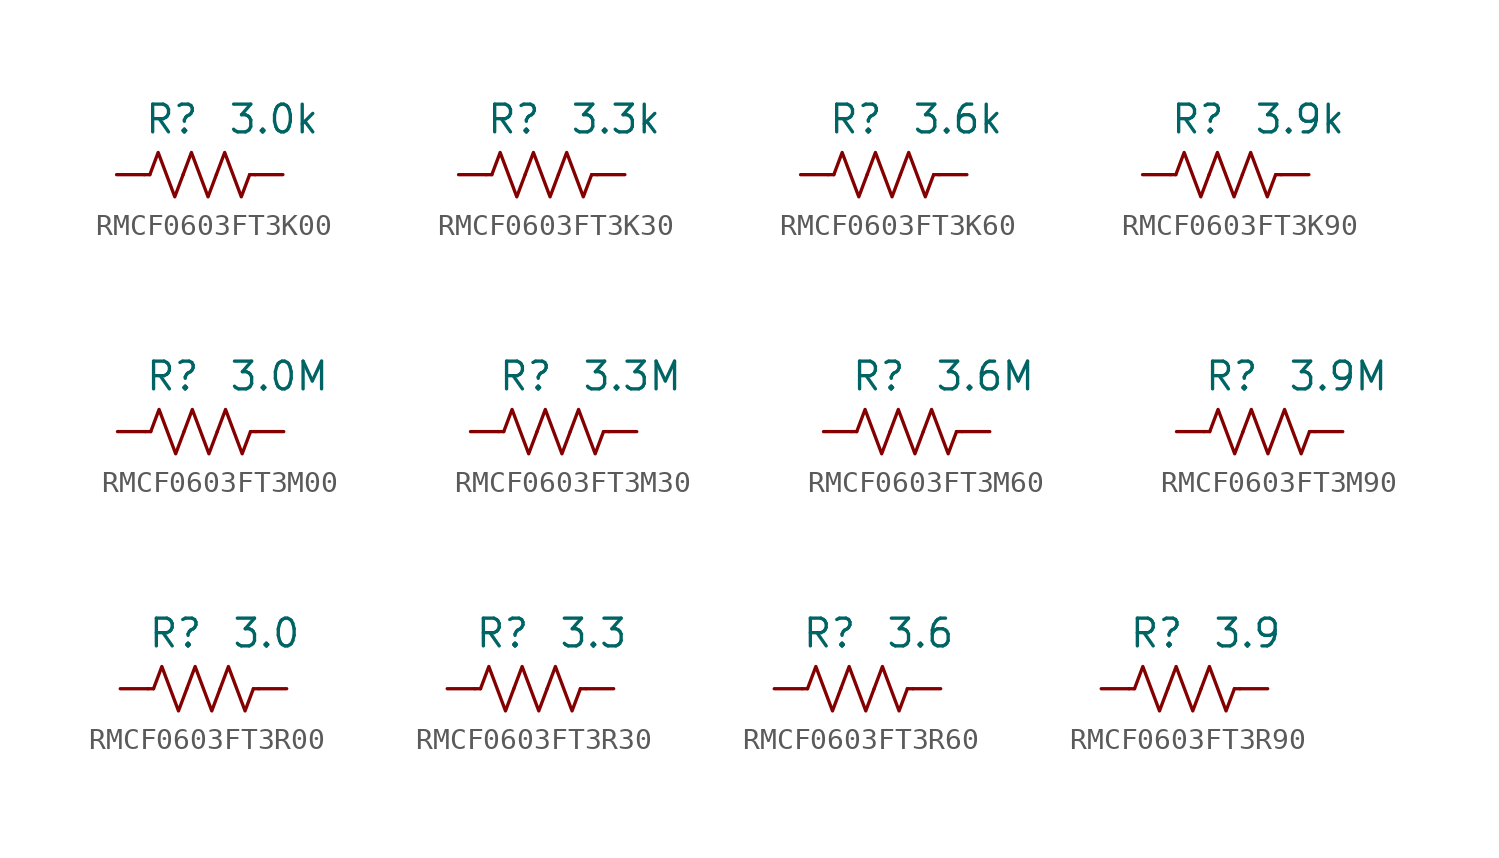
<source format=kicad_sym>
(kicad_symbol_lib
  (version 20241209)
  (generator "kicad_symbol_editor")
  (generator_version "9.0")
  (symbol "RMCF0603FT3K00"
    (pin_numbers
      (hide yes))
    (property "Reference" "R"
      (at 0 2.54 0)
      (effects (font (size 1.27 1.27)) (justify right)))
    (property "Value" "3.0k"
      (at 1.27 2.54 0)
      (effects (font (size 1.27 1.27)) (justify left)))
    (symbol "RMCF0603FT3K00_0_1"
      (polyline (pts (xy -2.286 0) (xy -2.54 0)) (stroke (width 0) (type default)) (fill (type none)))
      (polyline (pts (xy -2.286 0) (xy -1.905 1.016) (xy -1.524 0) (xy -1.143 -1.016) (xy -0.762 0)) (stroke (width 0) (type default)) (fill (type none)))
      (polyline (pts (xy -0.762 0) (xy -0.381 1.016) (xy 0 0) (xy 0.381 -1.016) (xy 0.762 0)) (stroke (width 0) (type default)) (fill (type none)))
      (polyline (pts (xy 0.762 0) (xy 1.143 1.016) (xy 1.524 0) (xy 1.905 -1.016) (xy 2.286 0)) (stroke (width 0) (type default)) (fill (type none)))
      (polyline (pts (xy 2.286 0) (xy 2.54 0)) (stroke (width 0) (type default)) (fill (type none))))
    (symbol "RMCF0603FT3K00_1_1"
      (pin passive line (at -3.81 0 0) (length 1.27) (name "~" (effects (font (size 1.27 1.27)))) (number "1" (effects (font (size 1.27 1.27)))))
      (pin passive line (at 3.81 0 180) (length 1.27) (name "~" (effects (font (size 1.27 1.27)))) (number "2" (effects (font (size 1.27 1.27)))))))
  (symbol "RMCF0603FT3K30"
    (pin_numbers
      (hide yes))
    (property "Reference" "R"
      (at 0 2.54 0)
      (effects (font (size 1.27 1.27)) (justify right)))
    (property "Value" "3.3k"
      (at 1.27 2.54 0)
      (effects (font (size 1.27 1.27)) (justify left)))
    (symbol "RMCF0603FT3K30_0_1"
      (polyline (pts (xy -2.286 0) (xy -2.54 0)) (stroke (width 0) (type default)) (fill (type none)))
      (polyline (pts (xy -2.286 0) (xy -1.905 1.016) (xy -1.524 0) (xy -1.143 -1.016) (xy -0.762 0)) (stroke (width 0) (type default)) (fill (type none)))
      (polyline (pts (xy -0.762 0) (xy -0.381 1.016) (xy 0 0) (xy 0.381 -1.016) (xy 0.762 0)) (stroke (width 0) (type default)) (fill (type none)))
      (polyline (pts (xy 0.762 0) (xy 1.143 1.016) (xy 1.524 0) (xy 1.905 -1.016) (xy 2.286 0)) (stroke (width 0) (type default)) (fill (type none)))
      (polyline (pts (xy 2.286 0) (xy 2.54 0)) (stroke (width 0) (type default)) (fill (type none))))
    (symbol "RMCF0603FT3K30_1_1"
      (pin passive line (at -3.81 0 0) (length 1.27) (name "~" (effects (font (size 1.27 1.27)))) (number "1" (effects (font (size 1.27 1.27)))))
      (pin passive line (at 3.81 0 180) (length 1.27) (name "~" (effects (font (size 1.27 1.27)))) (number "2" (effects (font (size 1.27 1.27)))))))
  (symbol "RMCF0603FT3K60"
    (pin_numbers
      (hide yes))
    (property "Reference" "R"
      (at 0 2.54 0)
      (effects (font (size 1.27 1.27)) (justify right)))
    (property "Value" "3.6k"
      (at 1.27 2.54 0)
      (effects (font (size 1.27 1.27)) (justify left)))
    (symbol "RMCF0603FT3K60_0_1"
      (polyline (pts (xy -2.286 0) (xy -2.54 0)) (stroke (width 0) (type default)) (fill (type none)))
      (polyline (pts (xy -2.286 0) (xy -1.905 1.016) (xy -1.524 0) (xy -1.143 -1.016) (xy -0.762 0)) (stroke (width 0) (type default)) (fill (type none)))
      (polyline (pts (xy -0.762 0) (xy -0.381 1.016) (xy 0 0) (xy 0.381 -1.016) (xy 0.762 0)) (stroke (width 0) (type default)) (fill (type none)))
      (polyline (pts (xy 0.762 0) (xy 1.143 1.016) (xy 1.524 0) (xy 1.905 -1.016) (xy 2.286 0)) (stroke (width 0) (type default)) (fill (type none)))
      (polyline (pts (xy 2.286 0) (xy 2.54 0)) (stroke (width 0) (type default)) (fill (type none))))
    (symbol "RMCF0603FT3K60_1_1"
      (pin passive line (at -3.81 0 0) (length 1.27) (name "~" (effects (font (size 1.27 1.27)))) (number "1" (effects (font (size 1.27 1.27)))))
      (pin passive line (at 3.81 0 180) (length 1.27) (name "~" (effects (font (size 1.27 1.27)))) (number "2" (effects (font (size 1.27 1.27)))))))
  (symbol "RMCF0603FT3K90"
    (pin_numbers
      (hide yes))
    (property "Reference" "R"
      (at 0 2.54 0)
      (effects (font (size 1.27 1.27)) (justify right)))
    (property "Value" "3.9k"
      (at 1.27 2.54 0)
      (effects (font (size 1.27 1.27)) (justify left)))
    (symbol "RMCF0603FT3K90_0_1"
      (polyline (pts (xy -2.286 0) (xy -2.54 0)) (stroke (width 0) (type default)) (fill (type none)))
      (polyline (pts (xy -2.286 0) (xy -1.905 1.016) (xy -1.524 0) (xy -1.143 -1.016) (xy -0.762 0)) (stroke (width 0) (type default)) (fill (type none)))
      (polyline (pts (xy -0.762 0) (xy -0.381 1.016) (xy 0 0) (xy 0.381 -1.016) (xy 0.762 0)) (stroke (width 0) (type default)) (fill (type none)))
      (polyline (pts (xy 0.762 0) (xy 1.143 1.016) (xy 1.524 0) (xy 1.905 -1.016) (xy 2.286 0)) (stroke (width 0) (type default)) (fill (type none)))
      (polyline (pts (xy 2.286 0) (xy 2.54 0)) (stroke (width 0) (type default)) (fill (type none))))
    (symbol "RMCF0603FT3K90_1_1"
      (pin passive line (at -3.81 0 0) (length 1.27) (name "~" (effects (font (size 1.27 1.27)))) (number "1" (effects (font (size 1.27 1.27)))))
      (pin passive line (at 3.81 0 180) (length 1.27) (name "~" (effects (font (size 1.27 1.27)))) (number "2" (effects (font (size 1.27 1.27)))))))
  (symbol "RMCF0603FT3M00"
    (pin_numbers
      (hide yes))
    (property "Reference" "R"
      (at 0 2.54 0)
      (effects (font (size 1.27 1.27)) (justify right)))
    (property "Value" "3.0M"
      (at 1.27 2.54 0)
      (effects (font (size 1.27 1.27)) (justify left)))
    (symbol "RMCF0603FT3M00_0_1"
      (polyline (pts (xy -2.286 0) (xy -2.54 0)) (stroke (width 0) (type default)) (fill (type none)))
      (polyline (pts (xy -2.286 0) (xy -1.905 1.016) (xy -1.524 0) (xy -1.143 -1.016) (xy -0.762 0)) (stroke (width 0) (type default)) (fill (type none)))
      (polyline (pts (xy -0.762 0) (xy -0.381 1.016) (xy 0 0) (xy 0.381 -1.016) (xy 0.762 0)) (stroke (width 0) (type default)) (fill (type none)))
      (polyline (pts (xy 0.762 0) (xy 1.143 1.016) (xy 1.524 0) (xy 1.905 -1.016) (xy 2.286 0)) (stroke (width 0) (type default)) (fill (type none)))
      (polyline (pts (xy 2.286 0) (xy 2.54 0)) (stroke (width 0) (type default)) (fill (type none))))
    (symbol "RMCF0603FT3M00_1_1"
      (pin passive line (at -3.81 0 0) (length 1.27) (name "~" (effects (font (size 1.27 1.27)))) (number "1" (effects (font (size 1.27 1.27)))))
      (pin passive line (at 3.81 0 180) (length 1.27) (name "~" (effects (font (size 1.27 1.27)))) (number "2" (effects (font (size 1.27 1.27)))))))
  (symbol "RMCF0603FT3M30"
    (pin_numbers
      (hide yes))
    (property "Reference" "R"
      (at 0 2.54 0)
      (effects (font (size 1.27 1.27)) (justify right)))
    (property "Value" "3.3M"
      (at 1.27 2.54 0)
      (effects (font (size 1.27 1.27)) (justify left)))
    (symbol "RMCF0603FT3M30_0_1"
      (polyline (pts (xy -2.286 0) (xy -2.54 0)) (stroke (width 0) (type default)) (fill (type none)))
      (polyline (pts (xy -2.286 0) (xy -1.905 1.016) (xy -1.524 0) (xy -1.143 -1.016) (xy -0.762 0)) (stroke (width 0) (type default)) (fill (type none)))
      (polyline (pts (xy -0.762 0) (xy -0.381 1.016) (xy 0 0) (xy 0.381 -1.016) (xy 0.762 0)) (stroke (width 0) (type default)) (fill (type none)))
      (polyline (pts (xy 0.762 0) (xy 1.143 1.016) (xy 1.524 0) (xy 1.905 -1.016) (xy 2.286 0)) (stroke (width 0) (type default)) (fill (type none)))
      (polyline (pts (xy 2.286 0) (xy 2.54 0)) (stroke (width 0) (type default)) (fill (type none))))
    (symbol "RMCF0603FT3M30_1_1"
      (pin passive line (at -3.81 0 0) (length 1.27) (name "~" (effects (font (size 1.27 1.27)))) (number "1" (effects (font (size 1.27 1.27)))))
      (pin passive line (at 3.81 0 180) (length 1.27) (name "~" (effects (font (size 1.27 1.27)))) (number "2" (effects (font (size 1.27 1.27)))))))
  (symbol "RMCF0603FT3M60"
    (pin_numbers
      (hide yes))
    (property "Reference" "R"
      (at 0 2.54 0)
      (effects (font (size 1.27 1.27)) (justify right)))
    (property "Value" "3.6M"
      (at 1.27 2.54 0)
      (effects (font (size 1.27 1.27)) (justify left)))
    (symbol "RMCF0603FT3M60_0_1"
      (polyline (pts (xy -2.286 0) (xy -2.54 0)) (stroke (width 0) (type default)) (fill (type none)))
      (polyline (pts (xy -2.286 0) (xy -1.905 1.016) (xy -1.524 0) (xy -1.143 -1.016) (xy -0.762 0)) (stroke (width 0) (type default)) (fill (type none)))
      (polyline (pts (xy -0.762 0) (xy -0.381 1.016) (xy 0 0) (xy 0.381 -1.016) (xy 0.762 0)) (stroke (width 0) (type default)) (fill (type none)))
      (polyline (pts (xy 0.762 0) (xy 1.143 1.016) (xy 1.524 0) (xy 1.905 -1.016) (xy 2.286 0)) (stroke (width 0) (type default)) (fill (type none)))
      (polyline (pts (xy 2.286 0) (xy 2.54 0)) (stroke (width 0) (type default)) (fill (type none))))
    (symbol "RMCF0603FT3M60_1_1"
      (pin passive line (at -3.81 0 0) (length 1.27) (name "~" (effects (font (size 1.27 1.27)))) (number "1" (effects (font (size 1.27 1.27)))))
      (pin passive line (at 3.81 0 180) (length 1.27) (name "~" (effects (font (size 1.27 1.27)))) (number "2" (effects (font (size 1.27 1.27)))))))
  (symbol "RMCF0603FT3M90"
    (pin_numbers
      (hide yes))
    (property "Reference" "R"
      (at 0 2.54 0)
      (effects (font (size 1.27 1.27)) (justify right)))
    (property "Value" "3.9M"
      (at 1.27 2.54 0)
      (effects (font (size 1.27 1.27)) (justify left)))
    (symbol "RMCF0603FT3M90_0_1"
      (polyline (pts (xy -2.286 0) (xy -2.54 0)) (stroke (width 0) (type default)) (fill (type none)))
      (polyline (pts (xy -2.286 0) (xy -1.905 1.016) (xy -1.524 0) (xy -1.143 -1.016) (xy -0.762 0)) (stroke (width 0) (type default)) (fill (type none)))
      (polyline (pts (xy -0.762 0) (xy -0.381 1.016) (xy 0 0) (xy 0.381 -1.016) (xy 0.762 0)) (stroke (width 0) (type default)) (fill (type none)))
      (polyline (pts (xy 0.762 0) (xy 1.143 1.016) (xy 1.524 0) (xy 1.905 -1.016) (xy 2.286 0)) (stroke (width 0) (type default)) (fill (type none)))
      (polyline (pts (xy 2.286 0) (xy 2.54 0)) (stroke (width 0) (type default)) (fill (type none))))
    (symbol "RMCF0603FT3M90_1_1"
      (pin passive line (at -3.81 0 0) (length 1.27) (name "~" (effects (font (size 1.27 1.27)))) (number "1" (effects (font (size 1.27 1.27)))))
      (pin passive line (at 3.81 0 180) (length 1.27) (name "~" (effects (font (size 1.27 1.27)))) (number "2" (effects (font (size 1.27 1.27)))))))
  (symbol "RMCF0603FT3R00"
    (pin_numbers
      (hide yes))
    (property "Reference" "R"
      (at 0 2.54 0)
      (effects (font (size 1.27 1.27)) (justify right)))
    (property "Value" "3.0"
      (at 1.27 2.54 0)
      (effects (font (size 1.27 1.27)) (justify left)))
    (symbol "RMCF0603FT3R00_0_1"
      (polyline (pts (xy -2.286 0) (xy -2.54 0)) (stroke (width 0) (type default)) (fill (type none)))
      (polyline (pts (xy -2.286 0) (xy -1.905 1.016) (xy -1.524 0) (xy -1.143 -1.016) (xy -0.762 0)) (stroke (width 0) (type default)) (fill (type none)))
      (polyline (pts (xy -0.762 0) (xy -0.381 1.016) (xy 0 0) (xy 0.381 -1.016) (xy 0.762 0)) (stroke (width 0) (type default)) (fill (type none)))
      (polyline (pts (xy 0.762 0) (xy 1.143 1.016) (xy 1.524 0) (xy 1.905 -1.016) (xy 2.286 0)) (stroke (width 0) (type default)) (fill (type none)))
      (polyline (pts (xy 2.286 0) (xy 2.54 0)) (stroke (width 0) (type default)) (fill (type none))))
    (symbol "RMCF0603FT3R00_1_1"
      (pin passive line (at -3.81 0 0) (length 1.27) (name "~" (effects (font (size 1.27 1.27)))) (number "1" (effects (font (size 1.27 1.27)))))
      (pin passive line (at 3.81 0 180) (length 1.27) (name "~" (effects (font (size 1.27 1.27)))) (number "2" (effects (font (size 1.27 1.27)))))))
  (symbol "RMCF0603FT3R30"
    (pin_numbers
      (hide yes))
    (property "Reference" "R"
      (at 0 2.54 0)
      (effects (font (size 1.27 1.27)) (justify right)))
    (property "Value" "3.3"
      (at 1.27 2.54 0)
      (effects (font (size 1.27 1.27)) (justify left)))
    (symbol "RMCF0603FT3R30_0_1"
      (polyline (pts (xy -2.286 0) (xy -2.54 0)) (stroke (width 0) (type default)) (fill (type none)))
      (polyline (pts (xy -2.286 0) (xy -1.905 1.016) (xy -1.524 0) (xy -1.143 -1.016) (xy -0.762 0)) (stroke (width 0) (type default)) (fill (type none)))
      (polyline (pts (xy -0.762 0) (xy -0.381 1.016) (xy 0 0) (xy 0.381 -1.016) (xy 0.762 0)) (stroke (width 0) (type default)) (fill (type none)))
      (polyline (pts (xy 0.762 0) (xy 1.143 1.016) (xy 1.524 0) (xy 1.905 -1.016) (xy 2.286 0)) (stroke (width 0) (type default)) (fill (type none)))
      (polyline (pts (xy 2.286 0) (xy 2.54 0)) (stroke (width 0) (type default)) (fill (type none))))
    (symbol "RMCF0603FT3R30_1_1"
      (pin passive line (at -3.81 0 0) (length 1.27) (name "~" (effects (font (size 1.27 1.27)))) (number "1" (effects (font (size 1.27 1.27)))))
      (pin passive line (at 3.81 0 180) (length 1.27) (name "~" (effects (font (size 1.27 1.27)))) (number "2" (effects (font (size 1.27 1.27)))))))
  (symbol "RMCF0603FT3R60"
    (pin_numbers
      (hide yes))
    (property "Reference" "R"
      (at 0 2.54 0)
      (effects (font (size 1.27 1.27)) (justify right)))
    (property "Value" "3.6"
      (at 1.27 2.54 0)
      (effects (font (size 1.27 1.27)) (justify left)))
    (symbol "RMCF0603FT3R60_0_1"
      (polyline (pts (xy -2.286 0) (xy -2.54 0)) (stroke (width 0) (type default)) (fill (type none)))
      (polyline (pts (xy -2.286 0) (xy -1.905 1.016) (xy -1.524 0) (xy -1.143 -1.016) (xy -0.762 0)) (stroke (width 0) (type default)) (fill (type none)))
      (polyline (pts (xy -0.762 0) (xy -0.381 1.016) (xy 0 0) (xy 0.381 -1.016) (xy 0.762 0)) (stroke (width 0) (type default)) (fill (type none)))
      (polyline (pts (xy 0.762 0) (xy 1.143 1.016) (xy 1.524 0) (xy 1.905 -1.016) (xy 2.286 0)) (stroke (width 0) (type default)) (fill (type none)))
      (polyline (pts (xy 2.286 0) (xy 2.54 0)) (stroke (width 0) (type default)) (fill (type none))))
    (symbol "RMCF0603FT3R60_1_1"
      (pin passive line (at -3.81 0 0) (length 1.27) (name "~" (effects (font (size 1.27 1.27)))) (number "1" (effects (font (size 1.27 1.27)))))
      (pin passive line (at 3.81 0 180) (length 1.27) (name "~" (effects (font (size 1.27 1.27)))) (number "2" (effects (font (size 1.27 1.27)))))))
  (symbol "RMCF0603FT3R90"
    (pin_numbers
      (hide yes))
    (property "Reference" "R"
      (at 0 2.54 0)
      (effects (font (size 1.27 1.27)) (justify right)))
    (property "Value" "3.9"
      (at 1.27 2.54 0)
      (effects (font (size 1.27 1.27)) (justify left)))
    (symbol "RMCF0603FT3R90_0_1"
      (polyline (pts (xy -2.286 0) (xy -2.54 0)) (stroke (width 0) (type default)) (fill (type none)))
      (polyline (pts (xy -2.286 0) (xy -1.905 1.016) (xy -1.524 0) (xy -1.143 -1.016) (xy -0.762 0)) (stroke (width 0) (type default)) (fill (type none)))
      (polyline (pts (xy -0.762 0) (xy -0.381 1.016) (xy 0 0) (xy 0.381 -1.016) (xy 0.762 0)) (stroke (width 0) (type default)) (fill (type none)))
      (polyline (pts (xy 0.762 0) (xy 1.143 1.016) (xy 1.524 0) (xy 1.905 -1.016) (xy 2.286 0)) (stroke (width 0) (type default)) (fill (type none)))
      (polyline (pts (xy 2.286 0) (xy 2.54 0)) (stroke (width 0) (type default)) (fill (type none))))
    (symbol "RMCF0603FT3R90_1_1"
      (pin passive line (at -3.81 0 0) (length 1.27) (name "~" (effects (font (size 1.27 1.27)))) (number "1" (effects (font (size 1.27 1.27)))))
      (pin passive line (at 3.81 0 180) (length 1.27) (name "~" (effects (font (size 1.27 1.27)))) (number "2" (effects (font (size 1.27 1.27))))))))
</source>
